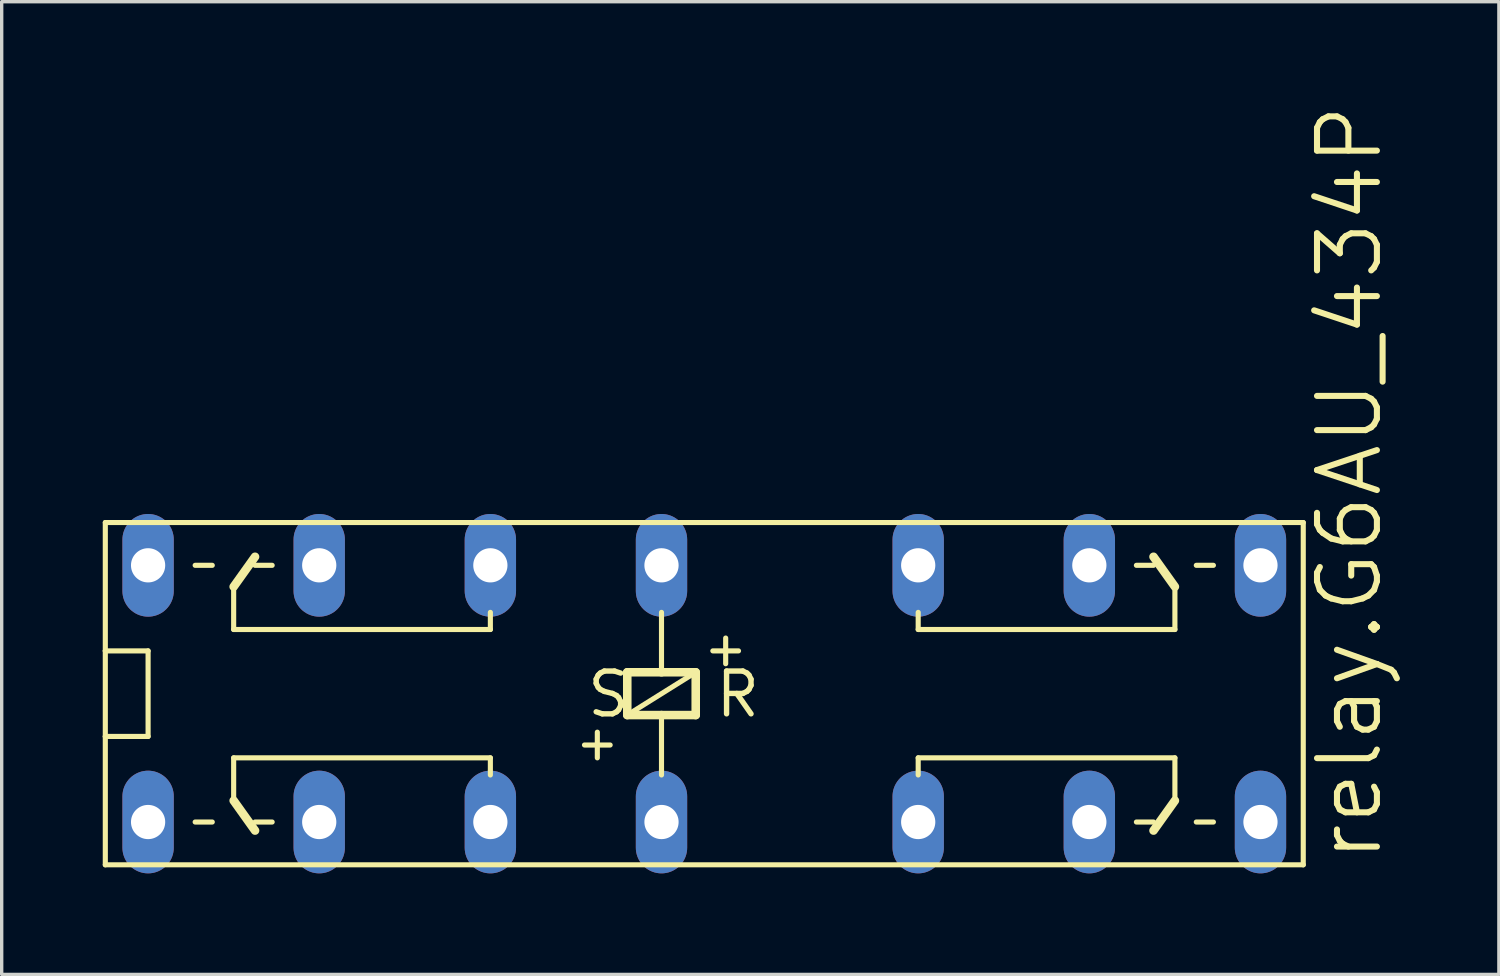
<source format=kicad_pcb>
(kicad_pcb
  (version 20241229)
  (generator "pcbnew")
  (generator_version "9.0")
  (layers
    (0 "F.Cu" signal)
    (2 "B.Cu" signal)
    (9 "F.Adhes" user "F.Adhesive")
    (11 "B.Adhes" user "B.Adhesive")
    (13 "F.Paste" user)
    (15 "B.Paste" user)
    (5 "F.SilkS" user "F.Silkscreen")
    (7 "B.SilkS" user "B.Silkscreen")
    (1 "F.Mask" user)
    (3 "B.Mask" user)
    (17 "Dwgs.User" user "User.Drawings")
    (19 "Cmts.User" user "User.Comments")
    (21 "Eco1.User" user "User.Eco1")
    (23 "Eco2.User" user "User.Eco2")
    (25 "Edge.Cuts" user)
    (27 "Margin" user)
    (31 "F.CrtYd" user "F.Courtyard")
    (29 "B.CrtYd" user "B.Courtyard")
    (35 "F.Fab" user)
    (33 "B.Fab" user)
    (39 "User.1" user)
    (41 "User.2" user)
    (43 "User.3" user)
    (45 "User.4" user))
  (footprint "relay.G6AU_434P"
    (layer "F.Cu")
    (at 17.856 17.541)
    (property "Reference" "relay.G6AU_434P" (at 20.193 5.08 90) (layer "F.SilkS") (effects (font (size 1.778 1.778) (thickness 0.18)) (justify left bottom)))
    (attr through_hole)
    (fp_line (start -17.78 -5.08) (end 17.78 -5.08) (stroke (width 0.152) (type default)) (layer "F.SilkS"))
    (fp_line (start -17.78 -1.27) (end -17.78 -5.08) (stroke (width 0.152) (type default)) (layer "F.SilkS"))
    (fp_line (start -17.78 -1.27) (end -16.51 -1.27) (stroke (width 0.152) (type default)) (layer "F.SilkS"))
    (fp_line (start -17.78 1.27) (end -17.78 -1.27) (stroke (width 0.152) (type default)) (layer "F.SilkS"))
    (fp_line (start -17.78 5.08) (end -17.78 1.27) (stroke (width 0.152) (type default)) (layer "F.SilkS"))
    (fp_line (start -16.51 -1.27) (end -16.51 1.27) (stroke (width 0.152) (type default)) (layer "F.SilkS"))
    (fp_line (start -16.51 1.27) (end -17.78 1.27) (stroke (width 0.152) (type default)) (layer "F.SilkS"))
    (fp_line (start -15.113 -3.81) (end -14.605 -3.81) (stroke (width 0.152) (type default)) (layer "F.SilkS"))
    (fp_line (start -15.113 3.81) (end -14.605 3.81) (stroke (width 0.152) (type default)) (layer "F.SilkS"))
    (fp_line (start -13.97 -3.175) (end -13.335 -4.064) (stroke (width 0.254) (type default)) (layer "F.SilkS"))
    (fp_line (start -13.97 -1.905) (end -13.97 -3.175) (stroke (width 0.152) (type default)) (layer "F.SilkS"))
    (fp_line (start -13.97 1.905) (end -13.97 3.175) (stroke (width 0.152) (type default)) (layer "F.SilkS"))
    (fp_line (start -13.97 3.175) (end -13.335 4.064) (stroke (width 0.254) (type default)) (layer "F.SilkS"))
    (fp_line (start -13.335 3.81) (end -12.827 3.81) (stroke (width 0.152) (type default)) (layer "F.SilkS"))
    (fp_line (start -12.827 -3.81) (end -13.335 -3.81) (stroke (width 0.152) (type default)) (layer "F.SilkS"))
    (fp_line (start -6.35 -2.413) (end -6.35 -1.905) (stroke (width 0.152) (type default)) (layer "F.SilkS"))
    (fp_line (start -6.35 -1.905) (end -13.97 -1.905) (stroke (width 0.152) (type default)) (layer "F.SilkS"))
    (fp_line (start -6.35 1.905) (end -13.97 1.905) (stroke (width 0.152) (type default)) (layer "F.SilkS"))
    (fp_line (start -6.35 2.413) (end -6.35 1.905) (stroke (width 0.152) (type default)) (layer "F.SilkS"))
    (fp_line (start -3.556 1.524) (end -2.794 1.524) (stroke (width 0.152) (type default)) (layer "F.SilkS"))
    (fp_line (start -3.175 1.905) (end -3.175 1.143) (stroke (width 0.152) (type default)) (layer "F.SilkS"))
    (fp_line (start -2.286 -0.635) (end -2.286 0.635) (stroke (width 0.254) (type default)) (layer "F.SilkS"))
    (fp_line (start -2.286 0.635) (end -1.27 0.635) (stroke (width 0.254) (type default)) (layer "F.SilkS"))
    (fp_line (start -2.286 0.635) (end -0.254 -0.635) (stroke (width 0.152) (type default)) (layer "F.SilkS"))
    (fp_line (start -1.27 -2.413) (end -1.27 -0.635) (stroke (width 0.152) (type default)) (layer "F.SilkS"))
    (fp_line (start -1.27 -0.635) (end -2.286 -0.635) (stroke (width 0.254) (type default)) (layer "F.SilkS"))
    (fp_line (start -1.27 0.635) (end -1.27 2.413) (stroke (width 0.152) (type default)) (layer "F.SilkS"))
    (fp_line (start -1.27 0.635) (end -0.254 0.635) (stroke (width 0.254) (type default)) (layer "F.SilkS"))
    (fp_line (start -0.254 -0.635) (end -1.27 -0.635) (stroke (width 0.254) (type default)) (layer "F.SilkS"))
    (fp_line (start -0.254 0.635) (end -0.254 -0.635) (stroke (width 0.254) (type default)) (layer "F.SilkS"))
    (fp_line (start 0.254 -1.27) (end 1.016 -1.27) (stroke (width 0.152) (type default)) (layer "F.SilkS"))
    (fp_line (start 0.635 -0.889) (end 0.635 -1.651) (stroke (width 0.152) (type default)) (layer "F.SilkS"))
    (fp_line (start 6.35 -2.413) (end 6.35 -1.905) (stroke (width 0.152) (type default)) (layer "F.SilkS"))
    (fp_line (start 6.35 -1.905) (end 13.97 -1.905) (stroke (width 0.152) (type default)) (layer "F.SilkS"))
    (fp_line (start 6.35 1.905) (end 13.97 1.905) (stroke (width 0.152) (type default)) (layer "F.SilkS"))
    (fp_line (start 6.35 2.413) (end 6.35 1.905) (stroke (width 0.152) (type default)) (layer "F.SilkS"))
    (fp_line (start 12.827 -3.81) (end 13.335 -3.81) (stroke (width 0.152) (type default)) (layer "F.SilkS"))
    (fp_line (start 12.827 3.81) (end 13.335 3.81) (stroke (width 0.152) (type default)) (layer "F.SilkS"))
    (fp_line (start 13.97 -3.175) (end 13.335 -4.064) (stroke (width 0.254) (type default)) (layer "F.SilkS"))
    (fp_line (start 13.97 -1.905) (end 13.97 -3.175) (stroke (width 0.152) (type default)) (layer "F.SilkS"))
    (fp_line (start 13.97 1.905) (end 13.97 3.175) (stroke (width 0.152) (type default)) (layer "F.SilkS"))
    (fp_line (start 13.97 3.175) (end 13.335 4.064) (stroke (width 0.254) (type default)) (layer "F.SilkS"))
    (fp_line (start 14.605 3.81) (end 15.113 3.81) (stroke (width 0.152) (type default)) (layer "F.SilkS"))
    (fp_line (start 15.113 -3.81) (end 14.605 -3.81) (stroke (width 0.152) (type default)) (layer "F.SilkS"))
    (fp_line (start 17.78 -5.08) (end 17.78 5.08) (stroke (width 0.152) (type default)) (layer "F.SilkS"))
    (fp_line (start 17.78 5.08) (end -17.78 5.08) (stroke (width 0.152) (type default)) (layer "F.SilkS"))
    (fp_text user "R" (at 0.254 0.762 0) (layer "F.SilkS") (effects (font (size 1.27 1.27) (thickness 0.16)) (justify left bottom)))
    (fp_text user "S" (at -3.556 0.762 0) (layer "F.SilkS") (effects (font (size 1.27 1.27) (thickness 0.16)) (justify left bottom)))
    (pad "1" thru_hole oval (at -1.27 3.81 90) (size 3.048 1.524) (drill 1.016) (layers "*.Cu" "*.Mask"))
    (pad "3" thru_hole oval (at -6.35 3.81 90) (size 3.048 1.524) (drill 1.016) (layers "*.Cu" "*.Mask"))
    (pad "4" thru_hole oval (at 6.35 3.81 90) (size 3.048 1.524) (drill 1.016) (layers "*.Cu" "*.Mask"))
    (pad "5" thru_hole oval (at -11.43 3.81 90) (size 3.048 1.524) (drill 1.016) (layers "*.Cu" "*.Mask"))
    (pad "6" thru_hole oval (at 11.43 3.81 90) (size 3.048 1.524) (drill 1.016) (layers "*.Cu" "*.Mask"))
    (pad "7" thru_hole oval (at -16.51 3.81 90) (size 3.048 1.524) (drill 1.016) (layers "*.Cu" "*.Mask"))
    (pad "8" thru_hole oval (at 16.51 3.81 90) (size 3.048 1.524) (drill 1.016) (layers "*.Cu" "*.Mask"))
    (pad "9" thru_hole oval (at 16.51 -3.81 90) (size 3.048 1.524) (drill 1.016) (layers "*.Cu" "*.Mask"))
    (pad "10" thru_hole oval (at -16.51 -3.81 90) (size 3.048 1.524) (drill 1.016) (layers "*.Cu" "*.Mask"))
    (pad "11" thru_hole oval (at 11.43 -3.81 90) (size 3.048 1.524) (drill 1.016) (layers "*.Cu" "*.Mask"))
    (pad "12" thru_hole oval (at -11.43 -3.81 90) (size 3.048 1.524) (drill 1.016) (layers "*.Cu" "*.Mask"))
    (pad "13" thru_hole oval (at 6.35 -3.81 90) (size 3.048 1.524) (drill 1.016) (layers "*.Cu" "*.Mask"))
    (pad "14" thru_hole oval (at -6.35 -3.81 90) (size 3.048 1.524) (drill 1.016) (layers "*.Cu" "*.Mask"))
    (pad "16" thru_hole oval (at -1.27 -3.81 90) (size 3.048 1.524) (drill 1.016) (layers "*.Cu" "*.Mask")))
  (gr_rect
    (start -3 -3)
    (end 41.443 25.875)
    (stroke (width 0.1) (type default))
    (fill no)
    (layer "Edge.Cuts")))
</source>
